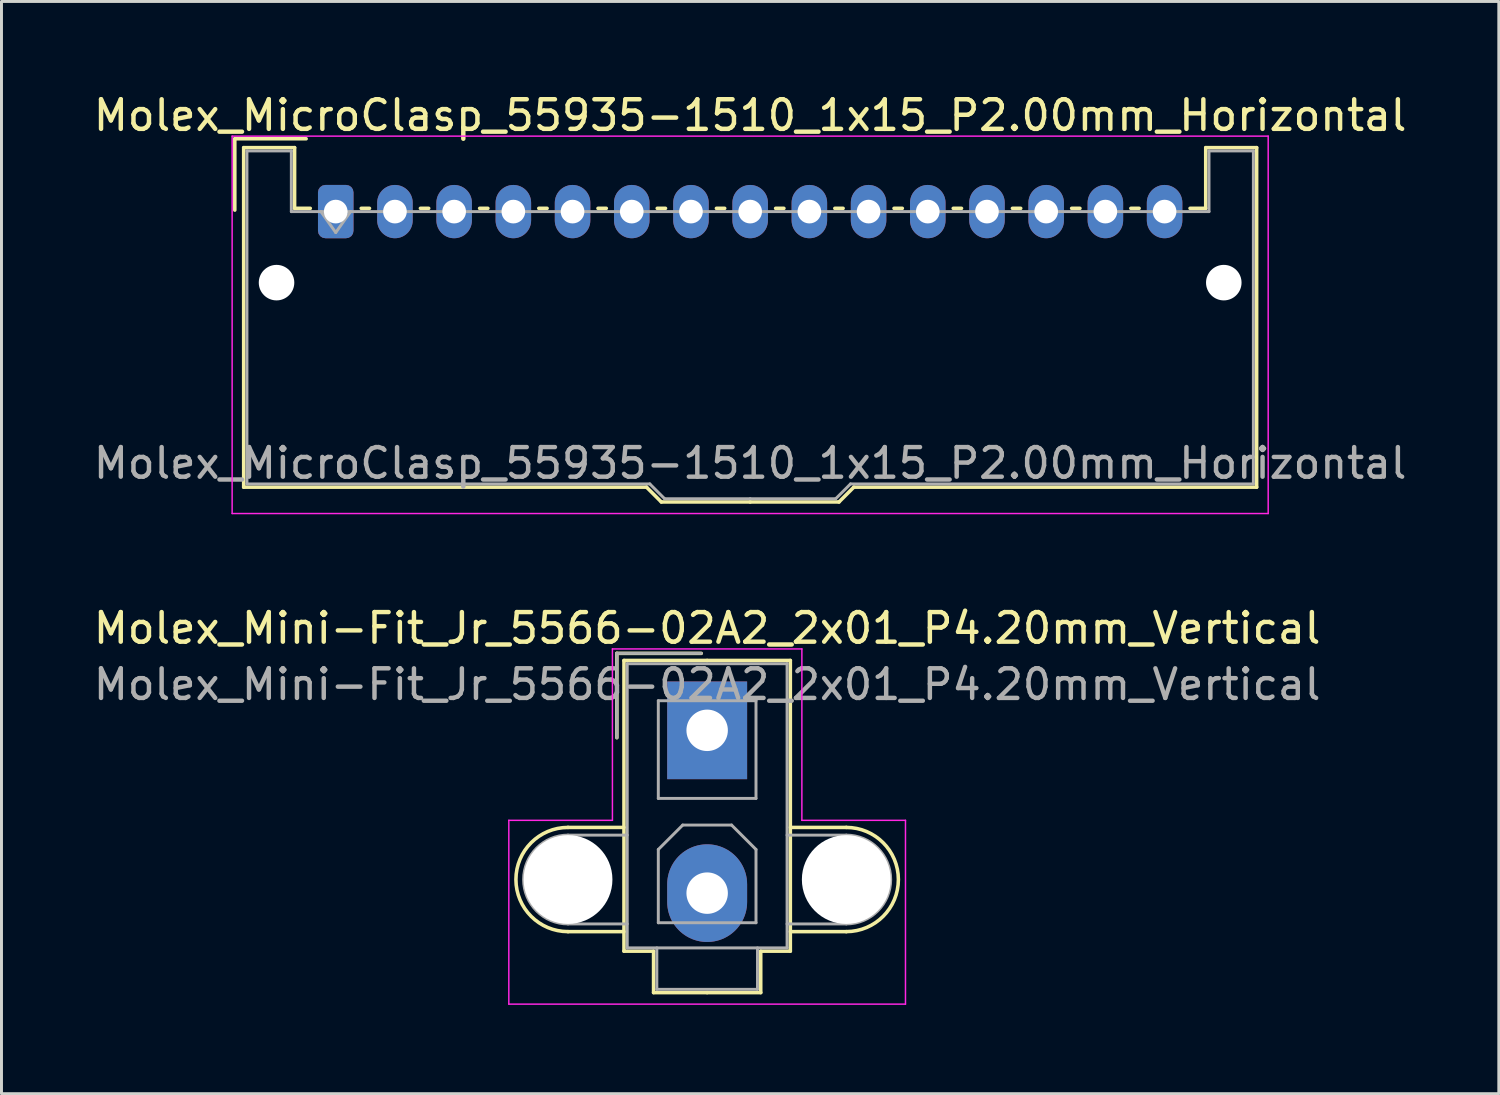
<source format=kicad_pcb>
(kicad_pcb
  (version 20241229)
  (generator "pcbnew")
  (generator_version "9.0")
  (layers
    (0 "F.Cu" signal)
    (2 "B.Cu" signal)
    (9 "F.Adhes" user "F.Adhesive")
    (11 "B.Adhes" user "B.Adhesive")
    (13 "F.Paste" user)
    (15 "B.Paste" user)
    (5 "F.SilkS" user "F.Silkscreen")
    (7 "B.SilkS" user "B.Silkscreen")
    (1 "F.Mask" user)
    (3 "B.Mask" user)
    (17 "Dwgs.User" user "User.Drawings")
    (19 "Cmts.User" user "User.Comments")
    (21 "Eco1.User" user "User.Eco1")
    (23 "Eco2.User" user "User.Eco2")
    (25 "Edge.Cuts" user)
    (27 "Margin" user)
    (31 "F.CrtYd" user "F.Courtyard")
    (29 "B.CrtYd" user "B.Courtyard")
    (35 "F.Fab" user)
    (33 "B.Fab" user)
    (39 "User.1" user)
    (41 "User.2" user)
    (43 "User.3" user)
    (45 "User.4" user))
  (footprint "Molex_Mini-Fit_Jr_5566-02A2_2x01_P4.20mm_Vertical"
    (layer "F.Cu")
    (at 20.839 21.622)
    (property "Reference" "Molex_Mini-Fit_Jr_5566-02A2_2x01_P4.20mm_Vertical" (at 0 -3.45 0) (layer "F.SilkS") (effects (font (size 1 1) (thickness 0.15))))
    (attr through_hole)
    (fp_line (start -4.7 3.28) (end -2.81 3.28) (stroke (width 0.12) (type solid)) (layer "F.SilkS"))
    (fp_line (start -4.7 6.8) (end -2.81 6.8) (stroke (width 0.12) (type solid)) (layer "F.SilkS"))
    (fp_line (start -3.05 -2.6) (end -3.05 0.25) (stroke (width 0.12) (type solid)) (layer "F.SilkS"))
    (fp_line (start -2.81 -2.36) (end -2.81 7.46) (stroke (width 0.12) (type solid)) (layer "F.SilkS"))
    (fp_line (start -2.81 7.46) (end -1.81 7.46) (stroke (width 0.12) (type solid)) (layer "F.SilkS"))
    (fp_line (start -1.81 7.46) (end -1.81 8.86) (stroke (width 0.12) (type solid)) (layer "F.SilkS"))
    (fp_line (start -1.81 8.86) (end 0 8.86) (stroke (width 0.12) (type solid)) (layer "F.SilkS"))
    (fp_line (start -0.2 -2.6) (end -3.05 -2.6) (stroke (width 0.12) (type solid)) (layer "F.SilkS"))
    (fp_line (start 0 -2.36) (end -2.81 -2.36) (stroke (width 0.12) (type solid)) (layer "F.SilkS"))
    (fp_line (start 0 -2.36) (end 2.81 -2.36) (stroke (width 0.12) (type solid)) (layer "F.SilkS"))
    (fp_line (start 1.81 7.46) (end 1.81 8.86) (stroke (width 0.12) (type solid)) (layer "F.SilkS"))
    (fp_line (start 1.81 8.86) (end 0 8.86) (stroke (width 0.12) (type solid)) (layer "F.SilkS"))
    (fp_line (start 2.81 -2.36) (end 2.81 7.46) (stroke (width 0.12) (type solid)) (layer "F.SilkS"))
    (fp_line (start 2.81 7.46) (end 1.81 7.46) (stroke (width 0.12) (type solid)) (layer "F.SilkS"))
    (fp_line (start 4.7 3.28) (end 2.81 3.28) (stroke (width 0.12) (type solid)) (layer "F.SilkS"))
    (fp_line (start 4.7 6.8) (end 2.81 6.8) (stroke (width 0.12) (type solid)) (layer "F.SilkS"))
    (fp_arc (start -4.7 6.8) (mid -6.46 5.04) (end -4.7 3.28) (stroke (width 0.12) (type solid)) (layer "F.SilkS"))
    (fp_arc (start 4.7 3.28) (mid 6.46 5.04) (end 4.7 6.8) (stroke (width 0.12) (type solid)) (layer "F.SilkS"))
    (fp_line (start -6.7 3.04) (end -6.7 9.25) (stroke (width 0.05) (type solid)) (layer "F.CrtYd"))
    (fp_line (start -6.7 9.25) (end 6.7 9.25) (stroke (width 0.05) (type solid)) (layer "F.CrtYd"))
    (fp_line (start -3.2 -2.75) (end -3.2 3.04) (stroke (width 0.05) (type solid)) (layer "F.CrtYd"))
    (fp_line (start -3.2 3.04) (end -6.7 3.04) (stroke (width 0.05) (type solid)) (layer "F.CrtYd"))
    (fp_line (start 3.2 -2.75) (end -3.2 -2.75) (stroke (width 0.05) (type solid)) (layer "F.CrtYd"))
    (fp_line (start 3.2 3.04) (end 3.2 -2.75) (stroke (width 0.05) (type solid)) (layer "F.CrtYd"))
    (fp_line (start 6.7 3.04) (end 3.2 3.04) (stroke (width 0.05) (type solid)) (layer "F.CrtYd"))
    (fp_line (start 6.7 9.25) (end 6.7 3.04) (stroke (width 0.05) (type solid)) (layer "F.CrtYd"))
    (fp_line (start -4.7 3.54) (end -2.7 3.54) (stroke (width 0.1) (type solid)) (layer "F.Fab"))
    (fp_line (start -4.7 6.54) (end -2.7 6.54) (stroke (width 0.1) (type solid)) (layer "F.Fab"))
    (fp_line (start -3.05 -2.6) (end -3.05 0.25) (stroke (width 0.1) (type solid)) (layer "F.Fab"))
    (fp_line (start -2.7 -2.25) (end -2.7 7.35) (stroke (width 0.1) (type solid)) (layer "F.Fab"))
    (fp_line (start -2.7 7.35) (end 2.7 7.35) (stroke (width 0.1) (type solid)) (layer "F.Fab"))
    (fp_line (start -1.7 7.35) (end -1.7 8.75) (stroke (width 0.1) (type solid)) (layer "F.Fab"))
    (fp_line (start -1.7 8.75) (end 1.7 8.75) (stroke (width 0.1) (type solid)) (layer "F.Fab"))
    (fp_line (start -1.65 -1) (end -1.65 2.3) (stroke (width 0.1) (type solid)) (layer "F.Fab"))
    (fp_line (start -1.65 2.3) (end 1.65 2.3) (stroke (width 0.1) (type solid)) (layer "F.Fab"))
    (fp_line (start -1.65 4.025) (end -0.825 3.2) (stroke (width 0.1) (type solid)) (layer "F.Fab"))
    (fp_line (start -1.65 6.5) (end -1.65 4.025) (stroke (width 0.1) (type solid)) (layer "F.Fab"))
    (fp_line (start -0.825 3.2) (end 0.825 3.2) (stroke (width 0.1) (type solid)) (layer "F.Fab"))
    (fp_line (start -0.2 -2.6) (end -3.05 -2.6) (stroke (width 0.1) (type solid)) (layer "F.Fab"))
    (fp_line (start 0.825 3.2) (end 1.65 4.025) (stroke (width 0.1) (type solid)) (layer "F.Fab"))
    (fp_line (start 1.65 -1) (end -1.65 -1) (stroke (width 0.1) (type solid)) (layer "F.Fab"))
    (fp_line (start 1.65 2.3) (end 1.65 -1) (stroke (width 0.1) (type solid)) (layer "F.Fab"))
    (fp_line (start 1.65 4.025) (end 1.65 6.5) (stroke (width 0.1) (type solid)) (layer "F.Fab"))
    (fp_line (start 1.65 6.5) (end -1.65 6.5) (stroke (width 0.1) (type solid)) (layer "F.Fab"))
    (fp_line (start 1.7 8.75) (end 1.7 7.35) (stroke (width 0.1) (type solid)) (layer "F.Fab"))
    (fp_line (start 2.7 -2.25) (end -2.7 -2.25) (stroke (width 0.1) (type solid)) (layer "F.Fab"))
    (fp_line (start 2.7 7.35) (end 2.7 -2.25) (stroke (width 0.1) (type solid)) (layer "F.Fab"))
    (fp_line (start 4.7 3.54) (end 2.7 3.54) (stroke (width 0.1) (type solid)) (layer "F.Fab"))
    (fp_line (start 4.7 6.54) (end 2.7 6.54) (stroke (width 0.1) (type solid)) (layer "F.Fab"))
    (fp_arc (start -4.7 6.54) (mid -6.2 5.04) (end -4.7 3.54) (stroke (width 0.1) (type solid)) (layer "F.Fab"))
    (fp_arc (start 4.7 3.54) (mid 6.2 5.04) (end 4.7 6.54) (stroke (width 0.1) (type solid)) (layer "F.Fab"))
    (fp_text user "${REFERENCE}" (at 0 -1.55 0) (layer "F.Fab") (effects (font (size 1 1) (thickness 0.15))))
    (pad "" np_thru_hole circle (at -4.7 5.04) (size 3 3) (drill 3) (layers "*.Cu" "*.Mask"))
    (pad "" np_thru_hole circle (at 4.7 5.04) (size 3 3) (drill 3) (layers "*.Cu" "*.Mask"))
    (pad "1" thru_hole rect (at 0 0) (size 2.7 3.3) (drill 1.4) (layers "*.Cu" "*.Mask"))
    (pad "2" thru_hole oval (at 0 5.5) (size 2.7 3.3) (drill 1.4) (layers "*.Cu" "*.Mask")))
  (footprint "Molex_MicroClasp_55935-1510_1x15_P2.00mm_Horizontal"
    (layer "F.Cu")
    (at 8.292 4.098)
    (property "Reference" "Molex_MicroClasp_55935-1510_1x15_P2.00mm_Horizontal" (at 14 -3.25 0) (layer "F.SilkS") (effects (font (size 1 1) (thickness 0.15))))
    (attr through_hole)
    (fp_line (start -3.41 -2.46) (end -1 -2.46) (stroke (width 0.12) (type solid)) (layer "F.SilkS"))
    (fp_line (start -3.41 -0.05) (end -3.41 -2.46) (stroke (width 0.12) (type solid)) (layer "F.SilkS"))
    (fp_line (start -3.11 -2.16) (end -1.39 -2.16) (stroke (width 0.12) (type solid)) (layer "F.SilkS"))
    (fp_line (start -3.11 9.31) (end -3.11 -2.16) (stroke (width 0.12) (type solid)) (layer "F.SilkS"))
    (fp_line (start -1.39 -2.16) (end -1.39 -0.11) (stroke (width 0.12) (type solid)) (layer "F.SilkS"))
    (fp_line (start -1.39 -0.11) (end -0.86 -0.11) (stroke (width 0.12) (type solid)) (layer "F.SilkS"))
    (fp_line (start 0.86 -0.11) (end 1.14 -0.11) (stroke (width 0.12) (type solid)) (layer "F.SilkS"))
    (fp_line (start 2.86 -0.11) (end 3.14 -0.11) (stroke (width 0.12) (type solid)) (layer "F.SilkS"))
    (fp_line (start 4.86 -0.11) (end 5.14 -0.11) (stroke (width 0.12) (type solid)) (layer "F.SilkS"))
    (fp_line (start 6.86 -0.11) (end 7.14 -0.11) (stroke (width 0.12) (type solid)) (layer "F.SilkS"))
    (fp_line (start 8.86 -0.11) (end 9.14 -0.11) (stroke (width 0.12) (type solid)) (layer "F.SilkS"))
    (fp_line (start 10.5 9.31) (end -3.11 9.31) (stroke (width 0.12) (type solid)) (layer "F.SilkS"))
    (fp_line (start 10.86 -0.11) (end 11.14 -0.11) (stroke (width 0.12) (type solid)) (layer "F.SilkS"))
    (fp_line (start 11 9.81) (end 10.5 9.31) (stroke (width 0.12) (type solid)) (layer "F.SilkS"))
    (fp_line (start 12.86 -0.11) (end 13.14 -0.11) (stroke (width 0.12) (type solid)) (layer "F.SilkS"))
    (fp_line (start 14 9.81) (end 11 9.81) (stroke (width 0.12) (type solid)) (layer "F.SilkS"))
    (fp_line (start 14 9.81) (end 17 9.81) (stroke (width 0.12) (type solid)) (layer "F.SilkS"))
    (fp_line (start 14.86 -0.11) (end 15.14 -0.11) (stroke (width 0.12) (type solid)) (layer "F.SilkS"))
    (fp_line (start 16.86 -0.11) (end 17.14 -0.11) (stroke (width 0.12) (type solid)) (layer "F.SilkS"))
    (fp_line (start 17 9.81) (end 17.5 9.31) (stroke (width 0.12) (type solid)) (layer "F.SilkS"))
    (fp_line (start 17.5 9.31) (end 31.11 9.31) (stroke (width 0.12) (type solid)) (layer "F.SilkS"))
    (fp_line (start 18.86 -0.11) (end 19.14 -0.11) (stroke (width 0.12) (type solid)) (layer "F.SilkS"))
    (fp_line (start 20.86 -0.11) (end 21.14 -0.11) (stroke (width 0.12) (type solid)) (layer "F.SilkS"))
    (fp_line (start 22.86 -0.11) (end 23.14 -0.11) (stroke (width 0.12) (type solid)) (layer "F.SilkS"))
    (fp_line (start 24.86 -0.11) (end 25.14 -0.11) (stroke (width 0.12) (type solid)) (layer "F.SilkS"))
    (fp_line (start 26.86 -0.11) (end 27.14 -0.11) (stroke (width 0.12) (type solid)) (layer "F.SilkS"))
    (fp_line (start 29.39 -2.16) (end 29.39 -0.11) (stroke (width 0.12) (type solid)) (layer "F.SilkS"))
    (fp_line (start 29.39 -0.11) (end 28.86 -0.11) (stroke (width 0.12) (type solid)) (layer "F.SilkS"))
    (fp_line (start 31.11 -2.16) (end 29.39 -2.16) (stroke (width 0.12) (type solid)) (layer "F.SilkS"))
    (fp_line (start 31.11 9.31) (end 31.11 -2.16) (stroke (width 0.12) (type solid)) (layer "F.SilkS"))
    (fp_line (start -3.5 -2.55) (end -3.5 10.2) (stroke (width 0.05) (type solid)) (layer "F.CrtYd"))
    (fp_line (start -3.5 10.2) (end 31.5 10.2) (stroke (width 0.05) (type solid)) (layer "F.CrtYd"))
    (fp_line (start 31.5 -2.55) (end -3.5 -2.55) (stroke (width 0.05) (type solid)) (layer "F.CrtYd"))
    (fp_line (start 31.5 10.2) (end 31.5 -2.55) (stroke (width 0.05) (type solid)) (layer "F.CrtYd"))
    (fp_line (start -3 -2.05) (end -1.5 -2.05) (stroke (width 0.1) (type solid)) (layer "F.Fab"))
    (fp_line (start -3 9.2) (end -3 -2.05) (stroke (width 0.1) (type solid)) (layer "F.Fab"))
    (fp_line (start -1.5 -2.05) (end -1.5 0) (stroke (width 0.1) (type solid)) (layer "F.Fab"))
    (fp_line (start -1.5 0) (end 14 0) (stroke (width 0.1) (type solid)) (layer "F.Fab"))
    (fp_line (start -0.5 0) (end 0 0.707) (stroke (width 0.1) (type solid)) (layer "F.Fab"))
    (fp_line (start 0 0.707) (end 0.5 0) (stroke (width 0.1) (type solid)) (layer "F.Fab"))
    (fp_line (start 10.61 9.2) (end -3 9.2) (stroke (width 0.1) (type solid)) (layer "F.Fab"))
    (fp_line (start 11.11 9.7) (end 10.61 9.2) (stroke (width 0.1) (type solid)) (layer "F.Fab"))
    (fp_line (start 14 9.7) (end 11.11 9.7) (stroke (width 0.1) (type solid)) (layer "F.Fab"))
    (fp_line (start 14 9.7) (end 16.89 9.7) (stroke (width 0.1) (type solid)) (layer "F.Fab"))
    (fp_line (start 16.89 9.7) (end 17.39 9.2) (stroke (width 0.1) (type solid)) (layer "F.Fab"))
    (fp_line (start 17.39 9.2) (end 31 9.2) (stroke (width 0.1) (type solid)) (layer "F.Fab"))
    (fp_line (start 29.5 -2.05) (end 29.5 0) (stroke (width 0.1) (type solid)) (layer "F.Fab"))
    (fp_line (start 29.5 0) (end 14 0) (stroke (width 0.1) (type solid)) (layer "F.Fab"))
    (fp_line (start 31 -2.05) (end 29.5 -2.05) (stroke (width 0.1) (type solid)) (layer "F.Fab"))
    (fp_line (start 31 9.2) (end 31 -2.05) (stroke (width 0.1) (type solid)) (layer "F.Fab"))
    (fp_text user "${REFERENCE}" (at 14 8.5 0) (layer "F.Fab") (effects (font (size 1 1) (thickness 0.15))))
    (pad "" np_thru_hole circle (at -2 2.4) (size 1.2 1.2) (drill 1.2) (layers "*.Cu" "*.Mask"))
    (pad "" np_thru_hole circle (at 30 2.4) (size 1.2 1.2) (drill 1.2) (layers "*.Cu" "*.Mask"))
    (pad "1" thru_hole roundrect (at 0 0) (size 1.2 1.8) (drill 0.8) (layers "*.Cu" "*.Mask") (roundrect_rratio 0.208))
    (pad "2" thru_hole oval (at 2 0) (size 1.2 1.8) (drill 0.8) (layers "*.Cu" "*.Mask"))
    (pad "3" thru_hole oval (at 4 0) (size 1.2 1.8) (drill 0.8) (layers "*.Cu" "*.Mask"))
    (pad "4" thru_hole oval (at 6 0) (size 1.2 1.8) (drill 0.8) (layers "*.Cu" "*.Mask"))
    (pad "5" thru_hole oval (at 8 0) (size 1.2 1.8) (drill 0.8) (layers "*.Cu" "*.Mask"))
    (pad "6" thru_hole oval (at 10 0) (size 1.2 1.8) (drill 0.8) (layers "*.Cu" "*.Mask"))
    (pad "7" thru_hole oval (at 12 0) (size 1.2 1.8) (drill 0.8) (layers "*.Cu" "*.Mask"))
    (pad "8" thru_hole oval (at 14 0) (size 1.2 1.8) (drill 0.8) (layers "*.Cu" "*.Mask"))
    (pad "9" thru_hole oval (at 16 0) (size 1.2 1.8) (drill 0.8) (layers "*.Cu" "*.Mask"))
    (pad "10" thru_hole oval (at 18 0) (size 1.2 1.8) (drill 0.8) (layers "*.Cu" "*.Mask"))
    (pad "11" thru_hole oval (at 20 0) (size 1.2 1.8) (drill 0.8) (layers "*.Cu" "*.Mask"))
    (pad "12" thru_hole oval (at 22 0) (size 1.2 1.8) (drill 0.8) (layers "*.Cu" "*.Mask"))
    (pad "13" thru_hole oval (at 24 0) (size 1.2 1.8) (drill 0.8) (layers "*.Cu" "*.Mask"))
    (pad "14" thru_hole oval (at 26 0) (size 1.2 1.8) (drill 0.8) (layers "*.Cu" "*.Mask"))
    (pad "15" thru_hole oval (at 28 0) (size 1.2 1.8) (drill 0.8) (layers "*.Cu" "*.Mask")))
  (gr_rect
    (start -3 -3)
    (end 47.583 33.897)
    (stroke (width 0.1) (type default))
    (fill no)
    (layer "Edge.Cuts")))
</source>
